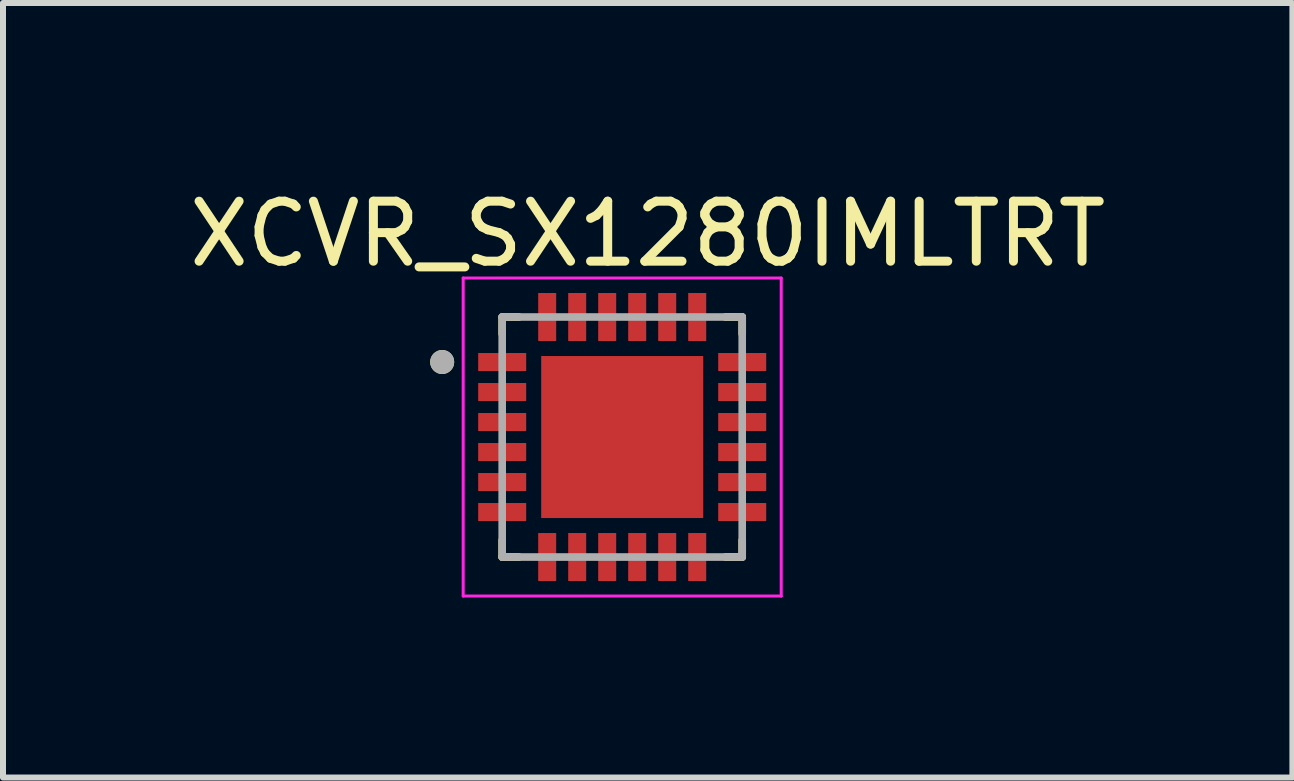
<source format=kicad_pcb>
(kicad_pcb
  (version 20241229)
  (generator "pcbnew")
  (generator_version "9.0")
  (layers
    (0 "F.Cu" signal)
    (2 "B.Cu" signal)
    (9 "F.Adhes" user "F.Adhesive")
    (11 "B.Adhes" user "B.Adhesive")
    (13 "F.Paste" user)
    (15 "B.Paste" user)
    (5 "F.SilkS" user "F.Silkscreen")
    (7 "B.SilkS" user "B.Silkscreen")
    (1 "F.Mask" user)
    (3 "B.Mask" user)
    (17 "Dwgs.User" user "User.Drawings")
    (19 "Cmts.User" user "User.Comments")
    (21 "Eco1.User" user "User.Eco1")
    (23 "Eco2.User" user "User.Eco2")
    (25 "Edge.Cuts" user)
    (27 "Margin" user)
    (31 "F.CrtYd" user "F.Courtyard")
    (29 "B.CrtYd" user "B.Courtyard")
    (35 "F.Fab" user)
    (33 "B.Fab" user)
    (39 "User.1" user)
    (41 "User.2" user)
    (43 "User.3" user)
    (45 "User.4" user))
  (footprint "XCVR_SX1280IMLTRT"
    (layer "F.Cu")
    (at 7.319 4.233)
    (property "Reference" "XCVR_SX1280IMLTRT" (at 0.425 -3.385 0) (layer "F.SilkS") (effects (font (size 1 1) (thickness 0.15))))
    (attr smd)
    (fp_line (start -2 -2) (end -1.72 -2) (stroke (width 0.127) (type solid)) (layer "F.SilkS"))
    (fp_line (start -2 -1.72) (end -2 -2) (stroke (width 0.127) (type solid)) (layer "F.SilkS"))
    (fp_line (start -2 2) (end -2 1.72) (stroke (width 0.127) (type solid)) (layer "F.SilkS"))
    (fp_line (start -1.72 2) (end -2 2) (stroke (width 0.127) (type solid)) (layer "F.SilkS"))
    (fp_line (start 1.72 -2) (end 2 -2) (stroke (width 0.127) (type solid)) (layer "F.SilkS"))
    (fp_line (start 2 -2) (end 2 -1.72) (stroke (width 0.127) (type solid)) (layer "F.SilkS"))
    (fp_line (start 2 2) (end 1.72 2) (stroke (width 0.127) (type solid)) (layer "F.SilkS"))
    (fp_line (start 2 2) (end 2 1.72) (stroke (width 0.127) (type solid)) (layer "F.SilkS"))
    (fp_circle (center -3 -1.25) (end -2.9 -1.25) (stroke (width 0.2) (type solid)) (fill no) (layer "F.SilkS"))
    (fp_poly (pts (xy -0.854 -0.854) (xy 0.854 -0.854) (xy 0.854 0.854) (xy -0.854 0.854)) (stroke (width 0.01) (type solid)) (fill yes) (layer "F.Paste"))
    (fp_line (start -2.65 -2.65) (end -2.65 2.65) (stroke (width 0.05) (type solid)) (layer "F.CrtYd"))
    (fp_line (start -2.65 2.65) (end 2.65 2.65) (stroke (width 0.05) (type solid)) (layer "F.CrtYd"))
    (fp_line (start 2.65 -2.65) (end -2.65 -2.65) (stroke (width 0.05) (type solid)) (layer "F.CrtYd"))
    (fp_line (start 2.65 2.65) (end 2.65 -2.65) (stroke (width 0.05) (type solid)) (layer "F.CrtYd"))
    (fp_line (start -2 -2) (end 2 -2) (stroke (width 0.127) (type solid)) (layer "F.Fab"))
    (fp_line (start -2 2) (end -2 -2) (stroke (width 0.127) (type solid)) (layer "F.Fab"))
    (fp_line (start 2 -2) (end 2 2) (stroke (width 0.127) (type solid)) (layer "F.Fab"))
    (fp_line (start 2 2) (end -2 2) (stroke (width 0.127) (type solid)) (layer "F.Fab"))
    (fp_circle (center -3 -1.25) (end -2.9 -1.25) (stroke (width 0.2) (type solid)) (fill no) (layer "F.Fab"))
    (pad "1" smd rect (at -2 -1.25) (size 0.8 0.3) (layers "F.Cu" "F.Mask" "F.Paste"))
    (pad "2" smd rect (at -2 -0.75) (size 0.8 0.3) (layers "F.Cu" "F.Mask" "F.Paste"))
    (pad "3" smd rect (at -2 -0.25) (size 0.8 0.3) (layers "F.Cu" "F.Mask" "F.Paste"))
    (pad "4" smd rect (at -2 0.25) (size 0.8 0.3) (layers "F.Cu" "F.Mask" "F.Paste"))
    (pad "5" smd rect (at -2 0.75) (size 0.8 0.3) (layers "F.Cu" "F.Mask" "F.Paste"))
    (pad "6" smd rect (at -2 1.25) (size 0.8 0.3) (layers "F.Cu" "F.Mask" "F.Paste"))
    (pad "7" smd rect (at -1.25 2) (size 0.3 0.8) (layers "F.Cu" "F.Mask" "F.Paste"))
    (pad "8" smd rect (at -0.75 2) (size 0.3 0.8) (layers "F.Cu" "F.Mask" "F.Paste"))
    (pad "9" smd rect (at -0.25 2) (size 0.3 0.8) (layers "F.Cu" "F.Mask" "F.Paste"))
    (pad "10" smd rect (at 0.25 2) (size 0.3 0.8) (layers "F.Cu" "F.Mask" "F.Paste"))
    (pad "11" smd rect (at 0.75 2) (size 0.3 0.8) (layers "F.Cu" "F.Mask" "F.Paste"))
    (pad "12" smd rect (at 1.25 2) (size 0.3 0.8) (layers "F.Cu" "F.Mask" "F.Paste"))
    (pad "13" smd rect (at 2 1.25) (size 0.8 0.3) (layers "F.Cu" "F.Mask" "F.Paste"))
    (pad "14" smd rect (at 2 0.75) (size 0.8 0.3) (layers "F.Cu" "F.Mask" "F.Paste"))
    (pad "15" smd rect (at 2 0.25) (size 0.8 0.3) (layers "F.Cu" "F.Mask" "F.Paste"))
    (pad "16" smd rect (at 2 -0.25) (size 0.8 0.3) (layers "F.Cu" "F.Mask" "F.Paste"))
    (pad "17" smd rect (at 2 -0.75) (size 0.8 0.3) (layers "F.Cu" "F.Mask" "F.Paste"))
    (pad "18" smd rect (at 2 -1.25) (size 0.8 0.3) (layers "F.Cu" "F.Mask" "F.Paste"))
    (pad "19" smd rect (at 1.25 -2) (size 0.3 0.8) (layers "F.Cu" "F.Mask" "F.Paste"))
    (pad "20" smd rect (at 0.75 -2) (size 0.3 0.8) (layers "F.Cu" "F.Mask" "F.Paste"))
    (pad "21" smd rect (at 0.25 -2) (size 0.3 0.8) (layers "F.Cu" "F.Mask" "F.Paste"))
    (pad "22" smd rect (at -0.25 -2) (size 0.3 0.8) (layers "F.Cu" "F.Mask" "F.Paste"))
    (pad "23" smd rect (at -0.75 -2) (size 0.3 0.8) (layers "F.Cu" "F.Mask" "F.Paste"))
    (pad "24" smd rect (at -1.25 -2) (size 0.3 0.8) (layers "F.Cu" "F.Mask" "F.Paste"))
    (pad "25" smd rect (at 0 0) (size 2.7 2.7) (layers "F.Cu" "F.Mask")))
  (gr_rect
    (start -3 -3)
    (end 18.488 9.908)
    (stroke (width 0.1) (type default))
    (fill no)
    (layer "Edge.Cuts")))
</source>
